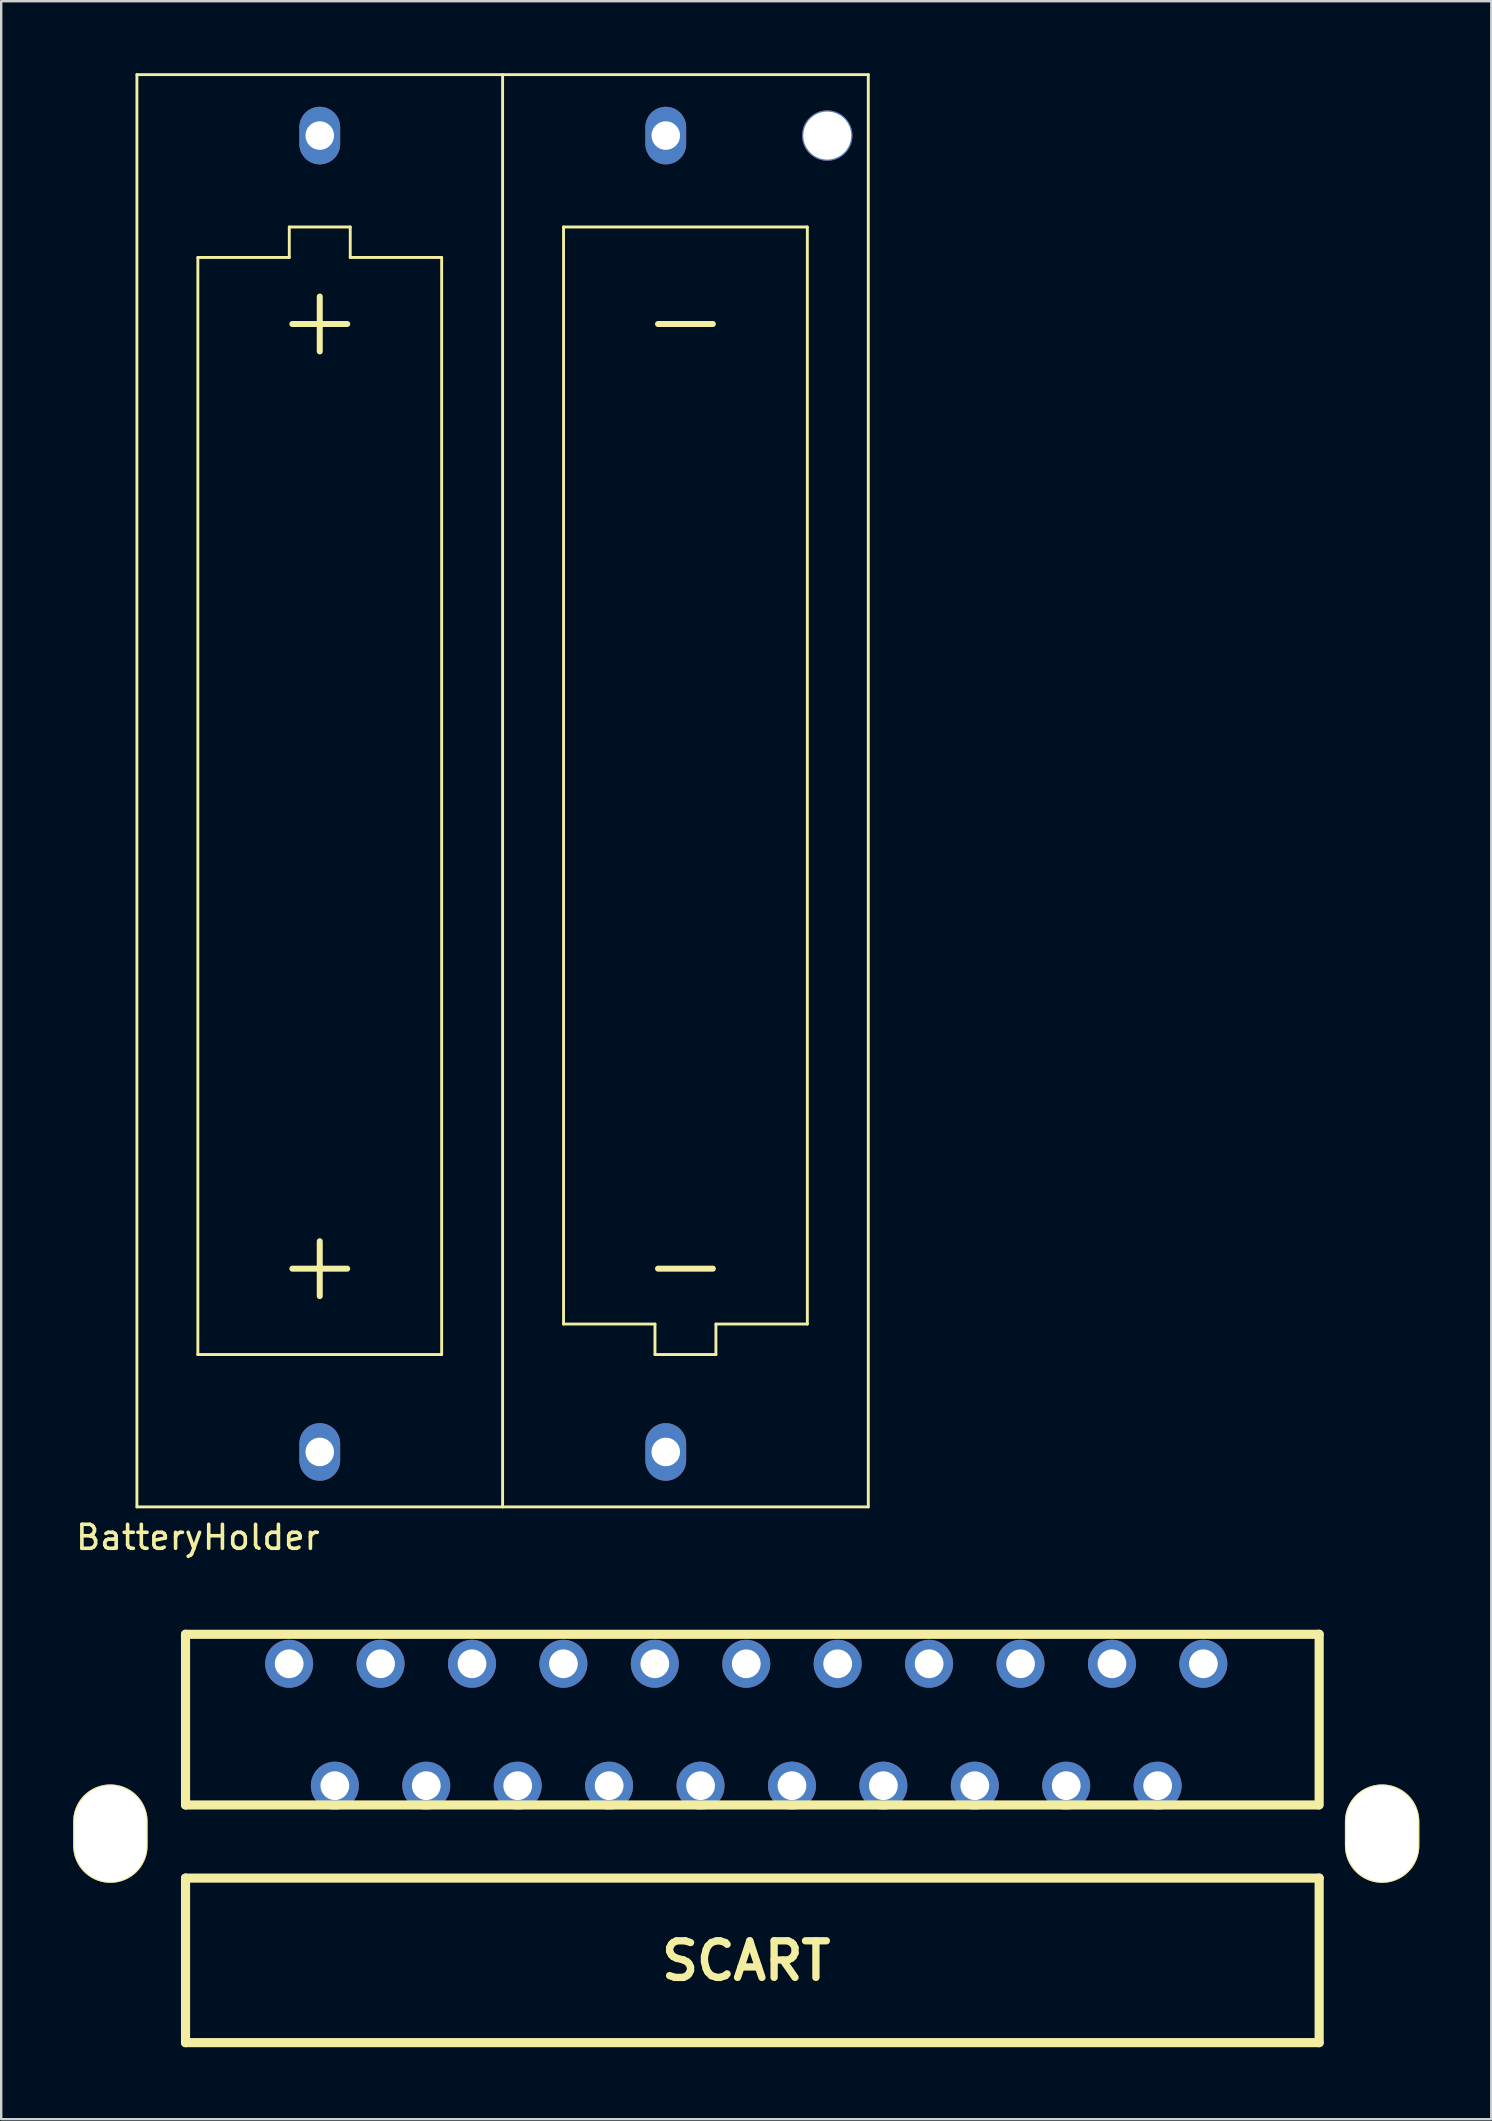
<source format=kicad_pcb>
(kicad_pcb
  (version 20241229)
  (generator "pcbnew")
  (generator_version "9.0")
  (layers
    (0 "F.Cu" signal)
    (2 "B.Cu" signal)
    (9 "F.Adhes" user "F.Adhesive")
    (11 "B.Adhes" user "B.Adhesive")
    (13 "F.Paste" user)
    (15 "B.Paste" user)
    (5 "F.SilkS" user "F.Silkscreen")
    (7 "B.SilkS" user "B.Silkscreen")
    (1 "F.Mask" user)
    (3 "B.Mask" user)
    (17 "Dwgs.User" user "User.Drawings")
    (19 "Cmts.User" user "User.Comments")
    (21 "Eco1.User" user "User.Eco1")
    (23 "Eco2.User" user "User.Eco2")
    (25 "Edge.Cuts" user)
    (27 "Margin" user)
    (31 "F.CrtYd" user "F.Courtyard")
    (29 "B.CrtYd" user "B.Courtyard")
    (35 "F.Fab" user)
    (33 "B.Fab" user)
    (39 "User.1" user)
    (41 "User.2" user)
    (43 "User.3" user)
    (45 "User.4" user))
  (footprint "BatteryHolder"
    (layer "F.Cu")
    (at 10.276 2.6)
    (property "Reference" "BatteryHolder" (at -5.08 58.42 0) (layer "F.SilkS") (effects (font (size 1 1) (thickness 0.15))))
    (attr through_hole)
    (fp_line (start -7.62 -2.54) (end -7.62 57.15) (stroke (width 0.12) (type solid)) (layer "F.SilkS"))
    (fp_line (start -7.62 -2.54) (end 22.86 -2.54) (stroke (width 0.12) (type solid)) (layer "F.SilkS"))
    (fp_line (start -7.62 57.15) (end 22.86 57.15) (stroke (width 0.12) (type solid)) (layer "F.SilkS"))
    (fp_line (start -5.08 5.08) (end -5.08 50.8) (stroke (width 0.12) (type solid)) (layer "F.SilkS"))
    (fp_line (start -5.08 50.8) (end 5.08 50.8) (stroke (width 0.12) (type solid)) (layer "F.SilkS"))
    (fp_line (start -1.27 3.81) (end 1.27 3.81) (stroke (width 0.12) (type solid)) (layer "F.SilkS"))
    (fp_line (start -1.27 5.08) (end -5.08 5.08) (stroke (width 0.12) (type solid)) (layer "F.SilkS"))
    (fp_line (start -1.27 5.08) (end -1.27 3.81) (stroke (width 0.12) (type solid)) (layer "F.SilkS"))
    (fp_line (start 1.27 3.81) (end 1.27 5.08) (stroke (width 0.12) (type solid)) (layer "F.SilkS"))
    (fp_line (start 1.27 5.08) (end 5.08 5.08) (stroke (width 0.12) (type solid)) (layer "F.SilkS"))
    (fp_line (start 5.08 5.08) (end 5.08 50.8) (stroke (width 0.12) (type solid)) (layer "F.SilkS"))
    (fp_line (start 7.62 -2.54) (end 7.62 57.15) (stroke (width 0.12) (type solid)) (layer "F.SilkS"))
    (fp_line (start 10.16 3.81) (end 10.16 49.53) (stroke (width 0.12) (type solid)) (layer "F.SilkS"))
    (fp_line (start 10.16 49.53) (end 13.97 49.53) (stroke (width 0.12) (type solid)) (layer "F.SilkS"))
    (fp_line (start 13.97 49.53) (end 13.97 50.8) (stroke (width 0.12) (type solid)) (layer "F.SilkS"))
    (fp_line (start 13.97 50.8) (end 16.51 50.8) (stroke (width 0.12) (type solid)) (layer "F.SilkS"))
    (fp_line (start 16.51 49.53) (end 20.32 49.53) (stroke (width 0.12) (type solid)) (layer "F.SilkS"))
    (fp_line (start 16.51 50.8) (end 16.51 49.53) (stroke (width 0.12) (type solid)) (layer "F.SilkS"))
    (fp_line (start 20.32 3.81) (end 10.16 3.81) (stroke (width 0.12) (type solid)) (layer "F.SilkS"))
    (fp_line (start 20.32 49.53) (end 20.32 3.81) (stroke (width 0.12) (type solid)) (layer "F.SilkS"))
    (fp_line (start 22.86 -2.54) (end 22.86 57.15) (stroke (width 0.12) (type solid)) (layer "F.SilkS"))
    (fp_text user "-" (at 15.24 7.62 0) (layer "F.SilkS") (effects (font (size 3 3) (thickness 0.25))))
    (fp_text user "+" (at 0 46.99 0) (layer "F.SilkS") (effects (font (size 3 3) (thickness 0.25))))
    (fp_text user "-" (at 15.24 46.99 0) (layer "F.SilkS") (effects (font (size 3 3) (thickness 0.25))))
    (fp_text user "+" (at 0 7.62 0) (layer "F.SilkS") (effects (font (size 3 3) (thickness 0.25))))
    (pad "1" thru_hole oval (at 0 0) (size 1.7 2.4) (drill 1.19) (layers "*.Cu" "*.Mask"))
    (pad "2" thru_hole oval (at 0 54.86) (size 1.7 2.4) (drill 1.19) (layers "*.Cu" "*.Mask"))
    (pad "3" thru_hole oval (at 14.42 0) (size 1.7 2.4) (drill 1.19) (layers "*.Cu" "*.Mask"))
    (pad "4" thru_hole oval (at 14.42 54.86) (size 1.7 2.4) (drill 1.19) (layers "*.Cu" "*.Mask"))
    (pad "5" thru_hole circle (at 21.15 0) (size 2.1 2.1) (drill 2) (layers "*.Cu" "*.Mask")))
  (footprint "SCART"
    (layer "F.Cu")
    (at 28.05 73.568)
    (property "Reference" "SCART" (at 0 5.1 0) (layer "F.SilkS") (effects (font (size 1.524 1.524) (thickness 0.305))))
    (attr through_hole)
    (fp_line (start -23.368 -8.509) (end 23.876 -8.509) (stroke (width 0.381) (type solid)) (layer "F.SilkS"))
    (fp_line (start -23.368 -1.397) (end -23.368 -8.509) (stroke (width 0.381) (type solid)) (layer "F.SilkS"))
    (fp_line (start -23.368 -1.397) (end 23.851 -1.397) (stroke (width 0.381) (type solid)) (layer "F.SilkS"))
    (fp_line (start -23.368 8.509) (end -23.368 1.651) (stroke (width 0.381) (type solid)) (layer "F.SilkS"))
    (fp_line (start -23.368 8.509) (end 23.876 8.509) (stroke (width 0.381) (type solid)) (layer "F.SilkS"))
    (fp_line (start 23.876 -8.509) (end 23.876 -1.397) (stroke (width 0.381) (type solid)) (layer "F.SilkS"))
    (fp_line (start 23.876 1.651) (end -23.368 1.651) (stroke (width 0.381) (type solid)) (layer "F.SilkS"))
    (fp_line (start 23.876 8.509) (end 23.876 1.651) (stroke (width 0.381) (type solid)) (layer "F.SilkS"))
    (pad "" np_thru_hole oval (at -26.5 -0.201) (size 3.1 4.1) (drill oval 3 4) (layers "*.Cu" "*.Mask" "F.SilkS"))
    (pad "" np_thru_hole oval (at 26.5 -0.201) (size 3.1 4.1) (drill oval 3 4) (layers "*.Cu" "*.Mask" "F.SilkS"))
    (pad "1" thru_hole circle (at 19.05 -7.28) (size 1.999 1.999) (drill 1.199) (layers "*.Cu" "*.Mask"))
    (pad "2" thru_hole circle (at 17.145 -2.2) (size 1.999 1.999) (drill 1.199) (layers "*.Cu" "*.Mask"))
    (pad "3" thru_hole circle (at 15.24 -7.28) (size 1.999 1.999) (drill 1.199) (layers "*.Cu" "*.Mask"))
    (pad "4" thru_hole circle (at 13.335 -2.2) (size 1.999 1.999) (drill 1.199) (layers "*.Cu" "*.Mask"))
    (pad "5" thru_hole circle (at 11.43 -7.28) (size 1.999 1.999) (drill 1.199) (layers "*.Cu" "*.Mask"))
    (pad "6" thru_hole circle (at 9.525 -2.2) (size 1.999 1.999) (drill 1.199) (layers "*.Cu" "*.Mask"))
    (pad "7" thru_hole circle (at 7.62 -7.28) (size 1.999 1.999) (drill 1.199) (layers "*.Cu" "*.Mask"))
    (pad "8" thru_hole circle (at 5.715 -2.2) (size 1.999 1.999) (drill 1.199) (layers "*.Cu" "*.Mask"))
    (pad "9" thru_hole circle (at 3.81 -7.28) (size 1.999 1.999) (drill 1.199) (layers "*.Cu" "*.Mask"))
    (pad "10" thru_hole circle (at 1.905 -2.2) (size 1.999 1.999) (drill 1.199) (layers "*.Cu" "*.Mask"))
    (pad "11" thru_hole circle (at 0 -7.28) (size 1.999 1.999) (drill 1.199) (layers "*.Cu" "*.Mask"))
    (pad "12" thru_hole circle (at -1.905 -2.2) (size 1.999 1.999) (drill 1.199) (layers "*.Cu" "*.Mask"))
    (pad "13" thru_hole circle (at -3.81 -7.28) (size 1.999 1.999) (drill 1.199) (layers "*.Cu" "*.Mask"))
    (pad "14" thru_hole circle (at -5.715 -2.2) (size 1.999 1.999) (drill 1.199) (layers "*.Cu" "*.Mask"))
    (pad "15" thru_hole circle (at -7.62 -7.28) (size 1.999 1.999) (drill 1.199) (layers "*.Cu" "*.Mask"))
    (pad "16" thru_hole circle (at -9.525 -2.2) (size 1.999 1.999) (drill 1.199) (layers "*.Cu" "*.Mask"))
    (pad "17" thru_hole circle (at -11.43 -7.28) (size 1.999 1.999) (drill 1.199) (layers "*.Cu" "*.Mask"))
    (pad "18" thru_hole circle (at -13.335 -2.2) (size 1.999 1.999) (drill 1.199) (layers "*.Cu" "*.Mask"))
    (pad "19" thru_hole circle (at -15.24 -7.28) (size 1.999 1.999) (drill 1.199) (layers "*.Cu" "*.Mask"))
    (pad "20" thru_hole circle (at -17.145 -2.2) (size 1.999 1.999) (drill 1.199) (layers "*.Cu" "*.Mask"))
    (pad "21" thru_hole circle (at -19.05 -7.28) (size 1.999 1.999) (drill 1.199) (layers "*.Cu" "*.Mask")))
  (gr_rect
    (start -3 -3)
    (end 59.1 85.267)
    (stroke (width 0.1) (type default))
    (fill no)
    (layer "Edge.Cuts")))
</source>
